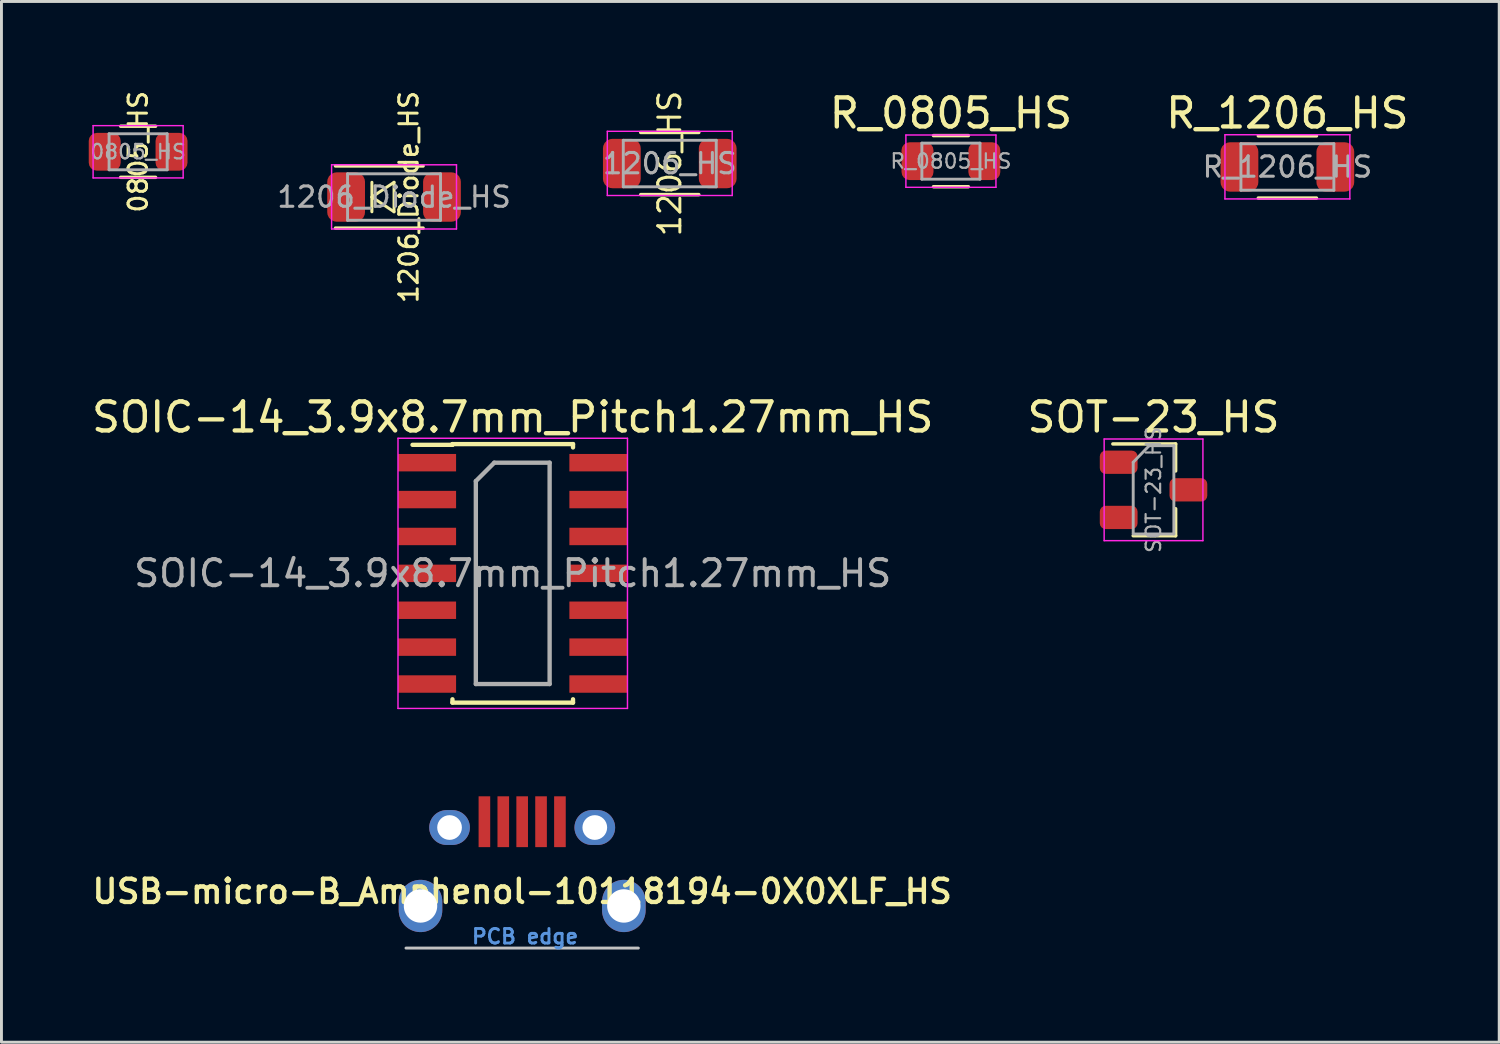
<source format=kicad_pcb>
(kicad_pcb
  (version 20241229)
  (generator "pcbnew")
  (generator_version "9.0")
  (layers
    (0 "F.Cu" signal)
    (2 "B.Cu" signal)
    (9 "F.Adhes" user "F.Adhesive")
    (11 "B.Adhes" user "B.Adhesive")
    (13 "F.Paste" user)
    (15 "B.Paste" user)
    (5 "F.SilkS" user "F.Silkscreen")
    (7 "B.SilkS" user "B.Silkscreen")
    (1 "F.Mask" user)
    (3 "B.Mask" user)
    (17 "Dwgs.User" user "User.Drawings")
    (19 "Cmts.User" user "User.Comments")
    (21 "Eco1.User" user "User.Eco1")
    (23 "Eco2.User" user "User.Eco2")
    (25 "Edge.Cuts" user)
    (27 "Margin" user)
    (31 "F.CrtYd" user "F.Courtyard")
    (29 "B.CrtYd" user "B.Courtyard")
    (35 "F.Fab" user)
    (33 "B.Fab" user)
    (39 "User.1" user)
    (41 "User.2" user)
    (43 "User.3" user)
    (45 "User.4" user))
  (footprint "1206_HS"
    (layer "F.Cu")
    (at 20.007 2.58)
    (property "Reference" "1206_HS" (at 0 0 90) (layer "F.SilkS") (effects (font (size 0.762 0.762) (thickness 0.102))))
    (attr smd)
    (fp_line (start -1 -1.07) (end 1 -1.07) (stroke (width 0.12) (type solid)) (layer "F.SilkS"))
    (fp_line (start 1 1.07) (end -1 1.07) (stroke (width 0.12) (type solid)) (layer "F.SilkS"))
    (fp_line (start -2.15 -1.11) (end -2.15 1.1) (stroke (width 0.05) (type solid)) (layer "F.CrtYd"))
    (fp_line (start -2.15 -1.11) (end 2.15 -1.11) (stroke (width 0.05) (type solid)) (layer "F.CrtYd"))
    (fp_line (start 2.15 1.1) (end -2.15 1.1) (stroke (width 0.05) (type solid)) (layer "F.CrtYd"))
    (fp_line (start 2.15 1.1) (end 2.15 -1.11) (stroke (width 0.05) (type solid)) (layer "F.CrtYd"))
    (fp_line (start -1.6 -0.8) (end 1.6 -0.8) (stroke (width 0.1) (type solid)) (layer "F.Fab"))
    (fp_line (start -1.6 0.8) (end -1.6 -0.8) (stroke (width 0.1) (type solid)) (layer "F.Fab"))
    (fp_line (start 1.6 -0.8) (end 1.6 0.8) (stroke (width 0.1) (type solid)) (layer "F.Fab"))
    (fp_line (start 1.6 0.8) (end -1.6 0.8) (stroke (width 0.1) (type solid)) (layer "F.Fab"))
    (fp_text user "${REFERENCE}" (at 0 0 0) (layer "F.Fab") (effects (font (size 0.7 0.7) (thickness 0.105))))
    (pad "1" smd roundrect (at -1.65 0) (size 1.3 1.7) (layers "F.Cu" "F.Mask" "F.Paste") (roundrect_rratio 0.25))
    (pad "2" smd roundrect (at 1.65 0) (size 1.3 1.7) (layers "F.Cu" "F.Mask" "F.Paste") (roundrect_rratio 0.25)))
  (footprint "SOT-23_HS"
    (layer "F.Cu")
    (at 36.661 13.813)
    (property "Reference" "SOT-23_HS" (at 0 -2.5 0) (layer "F.SilkS") (effects (font (size 1 1) (thickness 0.15))))
    (attr smd)
    (fp_line (start 0.76 -1.58) (end -1.4 -1.58) (stroke (width 0.12) (type solid)) (layer "F.SilkS"))
    (fp_line (start 0.76 -1.58) (end 0.76 -0.65) (stroke (width 0.12) (type solid)) (layer "F.SilkS"))
    (fp_line (start 0.76 1.58) (end -0.7 1.58) (stroke (width 0.12) (type solid)) (layer "F.SilkS"))
    (fp_line (start 0.76 1.58) (end 0.76 0.65) (stroke (width 0.12) (type solid)) (layer "F.SilkS"))
    (fp_line (start -1.7 -1.75) (end 1.7 -1.75) (stroke (width 0.05) (type solid)) (layer "F.CrtYd"))
    (fp_line (start -1.7 1.75) (end -1.7 -1.75) (stroke (width 0.05) (type solid)) (layer "F.CrtYd"))
    (fp_line (start 1.7 -1.75) (end 1.7 1.75) (stroke (width 0.05) (type solid)) (layer "F.CrtYd"))
    (fp_line (start 1.7 1.75) (end -1.7 1.75) (stroke (width 0.05) (type solid)) (layer "F.CrtYd"))
    (fp_line (start -0.7 -0.95) (end -0.7 1.5) (stroke (width 0.1) (type solid)) (layer "F.Fab"))
    (fp_line (start -0.7 -0.95) (end -0.15 -1.52) (stroke (width 0.1) (type solid)) (layer "F.Fab"))
    (fp_line (start -0.7 1.52) (end 0.7 1.52) (stroke (width 0.1) (type solid)) (layer "F.Fab"))
    (fp_line (start -0.15 -1.52) (end 0.7 -1.52) (stroke (width 0.1) (type solid)) (layer "F.Fab"))
    (fp_line (start 0.7 -1.52) (end 0.7 1.52) (stroke (width 0.1) (type solid)) (layer "F.Fab"))
    (fp_text user "${REFERENCE}" (at 0 0 90) (layer "F.Fab") (effects (font (size 0.5 0.5) (thickness 0.075))))
    (pad "1" smd roundrect (at -1.2 -0.95) (size 1.3 0.8) (layers "F.Cu" "F.Mask" "F.Paste") (roundrect_rratio 0.25))
    (pad "2" smd roundrect (at -1.2 0.95) (size 1.3 0.8) (layers "F.Cu" "F.Mask" "F.Paste") (roundrect_rratio 0.25))
    (pad "3" smd roundrect (at 1.2 0) (size 1.3 0.8) (layers "F.Cu" "F.Mask" "F.Paste") (roundrect_rratio 0.25)))
  (footprint "0805_HS"
    (layer "F.Cu")
    (at 1.705 2.175)
    (property "Reference" "0805_HS" (at 0 0 90) (layer "F.SilkS") (effects (font (size 0.635 0.635) (thickness 0.102))))
    (attr smd)
    (fp_line (start -0.6 -0.88) (end 0.6 -0.88) (stroke (width 0.12) (type solid)) (layer "F.SilkS"))
    (fp_line (start 0.6 0.88) (end -0.6 0.88) (stroke (width 0.12) (type solid)) (layer "F.SilkS"))
    (fp_line (start -1.55 -0.9) (end -1.55 0.9) (stroke (width 0.05) (type solid)) (layer "F.CrtYd"))
    (fp_line (start -1.55 -0.9) (end 1.55 -0.9) (stroke (width 0.05) (type solid)) (layer "F.CrtYd"))
    (fp_line (start 1.55 0.9) (end -1.55 0.9) (stroke (width 0.05) (type solid)) (layer "F.CrtYd"))
    (fp_line (start 1.55 0.9) (end 1.55 -0.9) (stroke (width 0.05) (type solid)) (layer "F.CrtYd"))
    (fp_line (start -1 -0.62) (end 1 -0.62) (stroke (width 0.1) (type solid)) (layer "F.Fab"))
    (fp_line (start -1 0.62) (end -1 -0.62) (stroke (width 0.1) (type solid)) (layer "F.Fab"))
    (fp_line (start 1 -0.62) (end 1 0.62) (stroke (width 0.1) (type solid)) (layer "F.Fab"))
    (fp_line (start 1 0.62) (end -1 0.62) (stroke (width 0.1) (type solid)) (layer "F.Fab"))
    (fp_text user "${REFERENCE}" (at 0 0 0) (layer "F.Fab") (effects (font (size 0.5 0.5) (thickness 0.075))))
    (pad "1" smd roundrect (at -1.15 0) (size 1.1 1.3) (layers "F.Cu" "F.Mask" "F.Paste") (roundrect_rratio 0.25))
    (pad "2" smd roundrect (at 1.15 0) (size 1.1 1.3) (layers "F.Cu" "F.Mask" "F.Paste") (roundrect_rratio 0.25)))
  (footprint "R_1206_HS"
    (layer "F.Cu")
    (at 41.269 2.698)
    (property "Reference" "R_1206_HS" (at 0 -1.85 0) (layer "F.SilkS") (effects (font (size 1 1) (thickness 0.15))))
    (attr smd)
    (fp_line (start -1 -1.07) (end 1 -1.07) (stroke (width 0.12) (type solid)) (layer "F.SilkS"))
    (fp_line (start 1 1.07) (end -1 1.07) (stroke (width 0.12) (type solid)) (layer "F.SilkS"))
    (fp_line (start -2.15 -1.11) (end -2.15 1.1) (stroke (width 0.05) (type solid)) (layer "F.CrtYd"))
    (fp_line (start -2.15 -1.11) (end 2.15 -1.11) (stroke (width 0.05) (type solid)) (layer "F.CrtYd"))
    (fp_line (start 2.15 1.1) (end -2.15 1.1) (stroke (width 0.05) (type solid)) (layer "F.CrtYd"))
    (fp_line (start 2.15 1.1) (end 2.15 -1.11) (stroke (width 0.05) (type solid)) (layer "F.CrtYd"))
    (fp_line (start -1.6 -0.8) (end 1.6 -0.8) (stroke (width 0.1) (type solid)) (layer "F.Fab"))
    (fp_line (start -1.6 0.8) (end -1.6 -0.8) (stroke (width 0.1) (type solid)) (layer "F.Fab"))
    (fp_line (start 1.6 -0.8) (end 1.6 0.8) (stroke (width 0.1) (type solid)) (layer "F.Fab"))
    (fp_line (start 1.6 0.8) (end -1.6 0.8) (stroke (width 0.1) (type solid)) (layer "F.Fab"))
    (fp_text user "${REFERENCE}" (at 0 0 0) (layer "F.Fab") (effects (font (size 0.7 0.7) (thickness 0.105))))
    (pad "1" smd roundrect (at -1.65 0) (size 1.3 1.7) (layers "F.Cu" "F.Mask" "F.Paste") (roundrect_rratio 0.25))
    (pad "2" smd roundrect (at 1.65 0) (size 1.3 1.7) (layers "F.Cu" "F.Mask" "F.Paste") (roundrect_rratio 0.25)))
  (footprint "1206_Diode_HS"
    (layer "F.Cu")
    (at 10.515 3.733)
    (property "Reference" "1206_Diode_HS" (at 0.508 0 90) (layer "F.SilkS") (effects (font (size 0.635 0.635) (thickness 0.102))))
    (attr smd)
    (fp_line (start -2.016 -1.07) (end 1 -1.07) (stroke (width 0.12) (type solid)) (layer "F.SilkS"))
    (fp_line (start -0.762 -0.508) (end -0.762 0.508) (stroke (width 0.102) (type solid)) (layer "F.SilkS"))
    (fp_line (start -0.762 0) (end 0 -0.508) (stroke (width 0.102) (type solid)) (layer "F.SilkS"))
    (fp_line (start -0.762 0.508) (end -0.762 0) (stroke (width 0.076) (type solid)) (layer "F.SilkS"))
    (fp_line (start 0 -0.508) (end 0 0.508) (stroke (width 0.102) (type solid)) (layer "F.SilkS"))
    (fp_line (start 0 0.508) (end -0.762 0) (stroke (width 0.102) (type solid)) (layer "F.SilkS"))
    (fp_line (start 1 1.07) (end -2.016 1.07) (stroke (width 0.12) (type solid)) (layer "F.SilkS"))
    (fp_line (start -2.15 -1.11) (end -2.15 1.1) (stroke (width 0.05) (type solid)) (layer "F.CrtYd"))
    (fp_line (start -2.15 -1.11) (end 2.15 -1.11) (stroke (width 0.05) (type solid)) (layer "F.CrtYd"))
    (fp_line (start 2.15 1.1) (end -2.15 1.1) (stroke (width 0.05) (type solid)) (layer "F.CrtYd"))
    (fp_line (start 2.15 1.1) (end 2.15 -1.11) (stroke (width 0.05) (type solid)) (layer "F.CrtYd"))
    (fp_line (start -1.6 -0.8) (end 1.6 -0.8) (stroke (width 0.1) (type solid)) (layer "F.Fab"))
    (fp_line (start -1.6 0.8) (end -1.6 -0.8) (stroke (width 0.1) (type solid)) (layer "F.Fab"))
    (fp_line (start 1.6 -0.8) (end 1.6 0.8) (stroke (width 0.1) (type solid)) (layer "F.Fab"))
    (fp_line (start 1.6 0.8) (end -1.6 0.8) (stroke (width 0.1) (type solid)) (layer "F.Fab"))
    (fp_text user "${REFERENCE}" (at 0 0 0) (layer "F.Fab") (effects (font (size 0.7 0.7) (thickness 0.105))))
    (pad "1" smd roundrect (at -1.65 0) (size 1.3 1.7) (layers "F.Cu" "F.Mask" "F.Paste") (roundrect_rratio 0.25))
    (pad "2" smd roundrect (at 1.65 0) (size 1.3 1.7) (layers "F.Cu" "F.Mask" "F.Paste") (roundrect_rratio 0.25)))
  (footprint "R_0805_HS"
    (layer "F.Cu")
    (at 29.686 2.498)
    (property "Reference" "R_0805_HS" (at 0 -1.65 0) (layer "F.SilkS") (effects (font (size 1 1) (thickness 0.15))))
    (attr smd)
    (fp_line (start -0.6 -0.88) (end 0.6 -0.88) (stroke (width 0.12) (type solid)) (layer "F.SilkS"))
    (fp_line (start 0.6 0.88) (end -0.6 0.88) (stroke (width 0.12) (type solid)) (layer "F.SilkS"))
    (fp_line (start -1.55 -0.9) (end -1.55 0.9) (stroke (width 0.05) (type solid)) (layer "F.CrtYd"))
    (fp_line (start -1.55 -0.9) (end 1.55 -0.9) (stroke (width 0.05) (type solid)) (layer "F.CrtYd"))
    (fp_line (start 1.55 0.9) (end -1.55 0.9) (stroke (width 0.05) (type solid)) (layer "F.CrtYd"))
    (fp_line (start 1.55 0.9) (end 1.55 -0.9) (stroke (width 0.05) (type solid)) (layer "F.CrtYd"))
    (fp_line (start -1 -0.62) (end 1 -0.62) (stroke (width 0.1) (type solid)) (layer "F.Fab"))
    (fp_line (start -1 0.62) (end -1 -0.62) (stroke (width 0.1) (type solid)) (layer "F.Fab"))
    (fp_line (start 1 -0.62) (end 1 0.62) (stroke (width 0.1) (type solid)) (layer "F.Fab"))
    (fp_line (start 1 0.62) (end -1 0.62) (stroke (width 0.1) (type solid)) (layer "F.Fab"))
    (fp_text user "${REFERENCE}" (at 0 0 0) (layer "F.Fab") (effects (font (size 0.5 0.5) (thickness 0.075))))
    (pad "1" smd roundrect (at -1.15 0) (size 1.1 1.3) (layers "F.Cu" "F.Mask" "F.Paste") (roundrect_rratio 0.25))
    (pad "2" smd roundrect (at 1.15 0) (size 1.1 1.3) (layers "F.Cu" "F.Mask" "F.Paste") (roundrect_rratio 0.25)))
  (footprint "SOIC-14_3.9x8.7mm_Pitch1.27mm_HS"
    (layer "F.Cu")
    (at 14.601 16.688)
    (property "Reference" "SOIC-14_3.9x8.7mm_Pitch1.27mm_HS" (at 0 -5.375 0) (layer "F.SilkS") (effects (font (size 1 1) (thickness 0.15))))
    (attr smd)
    (fp_line (start -2.075 -4.45) (end -2.075 -4.425) (stroke (width 0.15) (type solid)) (layer "F.SilkS"))
    (fp_line (start -2.075 -4.45) (end 2.075 -4.45) (stroke (width 0.15) (type solid)) (layer "F.SilkS"))
    (fp_line (start -2.075 -4.425) (end -3.45 -4.425) (stroke (width 0.15) (type solid)) (layer "F.SilkS"))
    (fp_line (start -2.075 4.45) (end -2.075 4.335) (stroke (width 0.15) (type solid)) (layer "F.SilkS"))
    (fp_line (start -2.075 4.45) (end 2.075 4.45) (stroke (width 0.15) (type solid)) (layer "F.SilkS"))
    (fp_line (start 2.075 -4.45) (end 2.075 -4.335) (stroke (width 0.15) (type solid)) (layer "F.SilkS"))
    (fp_line (start 2.075 4.45) (end 2.075 4.335) (stroke (width 0.15) (type solid)) (layer "F.SilkS"))
    (fp_line (start -3.95 -4.65) (end -3.95 4.65) (stroke (width 0.05) (type solid)) (layer "F.CrtYd"))
    (fp_line (start -3.95 -4.65) (end 3.95 -4.65) (stroke (width 0.05) (type solid)) (layer "F.CrtYd"))
    (fp_line (start -3.95 4.65) (end 3.95 4.65) (stroke (width 0.05) (type solid)) (layer "F.CrtYd"))
    (fp_line (start 3.95 -4.65) (end 3.95 4.65) (stroke (width 0.05) (type solid)) (layer "F.CrtYd"))
    (fp_line (start -1.27 -3.175) (end -0.635 -3.81) (stroke (width 0.15) (type solid)) (layer "F.Fab"))
    (fp_line (start -1.27 3.81) (end -1.27 -3.175) (stroke (width 0.15) (type solid)) (layer "F.Fab"))
    (fp_line (start -0.635 -3.81) (end 1.27 -3.81) (stroke (width 0.15) (type solid)) (layer "F.Fab"))
    (fp_line (start 1.27 -3.81) (end 1.27 3.81) (stroke (width 0.15) (type solid)) (layer "F.Fab"))
    (fp_line (start 1.27 3.81) (end -1.27 3.81) (stroke (width 0.15) (type solid)) (layer "F.Fab"))
    (fp_text user "${REFERENCE}" (at 0 0 0) (layer "F.Fab") (effects (font (size 0.9 0.9) (thickness 0.135))))
    (pad "1" smd rect (at -2.95 -3.81) (size 2 0.6) (layers "F.Cu" "F.Mask" "F.Paste"))
    (pad "2" smd rect (at -2.95 -2.54) (size 2 0.6) (layers "F.Cu" "F.Mask" "F.Paste"))
    (pad "3" smd rect (at -2.95 -1.27) (size 2 0.6) (layers "F.Cu" "F.Mask" "F.Paste"))
    (pad "4" smd rect (at -2.95 0) (size 2 0.6) (layers "F.Cu" "F.Mask" "F.Paste"))
    (pad "5" smd rect (at -2.95 1.27) (size 2 0.6) (layers "F.Cu" "F.Mask" "F.Paste"))
    (pad "6" smd rect (at -2.95 2.54) (size 2 0.6) (layers "F.Cu" "F.Mask" "F.Paste"))
    (pad "7" smd rect (at -2.95 3.81) (size 2 0.6) (layers "F.Cu" "F.Mask" "F.Paste"))
    (pad "8" smd rect (at 2.95 3.81) (size 2 0.6) (layers "F.Cu" "F.Mask" "F.Paste"))
    (pad "9" smd rect (at 2.95 2.54) (size 2 0.6) (layers "F.Cu" "F.Mask" "F.Paste"))
    (pad "10" smd rect (at 2.95 1.27) (size 2 0.6) (layers "F.Cu" "F.Mask" "F.Paste"))
    (pad "11" smd rect (at 2.95 0) (size 2 0.6) (layers "F.Cu" "F.Mask" "F.Paste"))
    (pad "12" smd rect (at 2.95 -1.27) (size 2 0.6) (layers "F.Cu" "F.Mask" "F.Paste"))
    (pad "13" smd rect (at 2.95 -2.54) (size 2 0.6) (layers "F.Cu" "F.Mask" "F.Paste"))
    (pad "14" smd rect (at 2.95 -3.81) (size 2 0.6) (layers "F.Cu" "F.Mask" "F.Paste")))
  (footprint "USB-micro-B_Amphenol-10118194-0X0XLF_HS"
    (layer "F.Cu")
    (at 14.926 29.578)
    (property "Reference" "USB-micro-B_Amphenol-10118194-0X0XLF_HS" (at 0 -1.94 0) (layer "F.SilkS") (effects (font (size 0.8 0.8) (thickness 0.15))))
    (attr through_hole)
    (fp_line (start -4 0.01) (end 4 0.01) (stroke (width 0.1) (type solid)) (layer "Dwgs.User"))
    (fp_text user "PCB edge" (at 0.1 -0.39 0) (layer "Cmts.User") (effects (font (size 0.5 0.5) (thickness 0.1))))
    (pad "1" smd rect (at -1.3 -4.34) (size 0.4 1.75) (layers "F.Cu" "F.Mask" "F.Paste"))
    (pad "2" smd rect (at -0.65 -4.34) (size 0.4 1.75) (layers "F.Cu" "F.Mask" "F.Paste"))
    (pad "3" smd rect (at 0 -4.34) (size 0.4 1.75) (layers "F.Cu" "F.Mask" "F.Paste"))
    (pad "4" smd rect (at 0.65 -4.34) (size 0.4 1.75) (layers "F.Cu" "F.Mask" "F.Paste"))
    (pad "5" smd rect (at 1.3 -4.34) (size 0.4 1.75) (layers "F.Cu" "F.Mask" "F.Paste"))
    (pad "6" thru_hole oval (at -3.5 -1.44) (size 1.5 1.8) (drill oval 1.15) (layers "*.Cu" "*.Mask"))
    (pad "6" thru_hole oval (at -2.5 -4.14) (size 1.4 1.2) (drill oval 0.85) (layers "*.Cu" "*.Mask"))
    (pad "6" thru_hole oval (at 2.5 -4.14) (size 1.4 1.2) (drill oval 0.85) (layers "*.Cu" "*.Mask"))
    (pad "6" thru_hole oval (at 3.5 -1.44) (size 1.5 1.8) (drill oval 1.15) (layers "*.Cu" "*.Mask")))
  (gr_rect
    (start -3 -3)
    (end 48.561 32.828)
    (stroke (width 0.1) (type default))
    (fill no)
    (layer "Edge.Cuts")))
</source>
